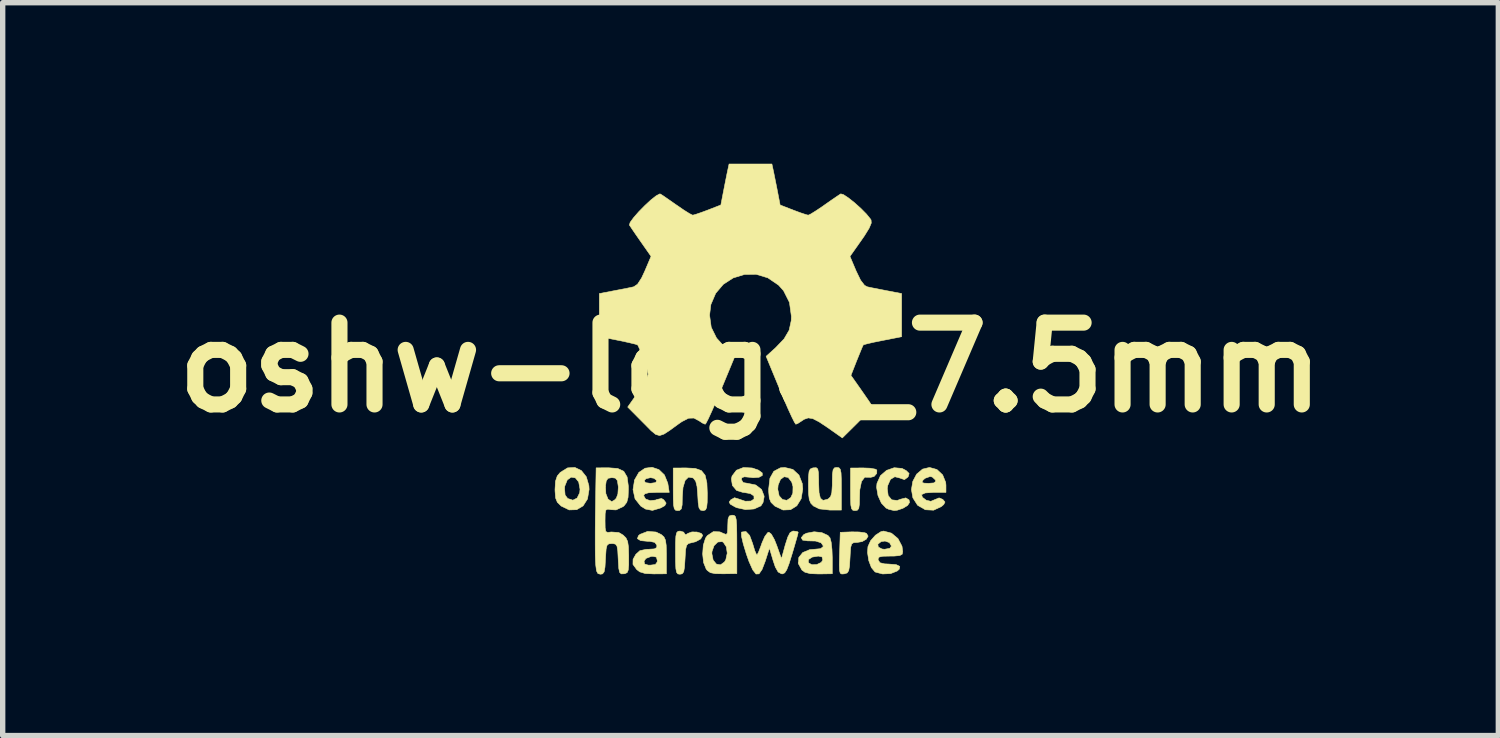
<source format=kicad_pcb>
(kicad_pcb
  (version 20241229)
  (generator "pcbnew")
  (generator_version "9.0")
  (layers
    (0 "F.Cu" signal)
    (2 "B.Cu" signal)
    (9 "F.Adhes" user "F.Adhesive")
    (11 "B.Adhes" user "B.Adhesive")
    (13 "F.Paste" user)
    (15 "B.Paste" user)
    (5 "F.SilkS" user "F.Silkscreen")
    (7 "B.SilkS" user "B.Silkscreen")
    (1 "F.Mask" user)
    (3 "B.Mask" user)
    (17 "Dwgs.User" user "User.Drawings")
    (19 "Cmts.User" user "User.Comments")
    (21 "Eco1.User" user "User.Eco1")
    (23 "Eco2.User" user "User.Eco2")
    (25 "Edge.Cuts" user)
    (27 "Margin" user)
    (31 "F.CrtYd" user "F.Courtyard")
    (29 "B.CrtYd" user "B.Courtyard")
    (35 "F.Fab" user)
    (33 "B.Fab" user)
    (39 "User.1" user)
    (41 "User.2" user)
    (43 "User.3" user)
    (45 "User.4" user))
  (footprint "oshw-logo_7.5mm"
    (layer "F.Cu")
    (at 10.929 3.794)
    (property "Reference" "oshw-logo_7.5mm" (at 0 0 0) (layer "F.SilkS") (effects (font (size 1.524 1.524) (thickness 0.3))))
    (attr through_hole)
    (fp_poly (pts (xy 2.228 1.877) (xy 2.323 1.894) (xy 2.353 1.91) (xy 2.352 1.974) (xy 2.302 2.031) (xy 2.232 2.049) (xy 2.219 2.046) (xy 2.128 2.045) (xy 2.068 2.124) (xy 2.036 2.28) (xy 2.032 2.397) (xy 2.029 2.544) (xy 2.017 2.626) (xy 1.99 2.66) (xy 1.947 2.667) (xy 1.908 2.661) (xy 1.883 2.632) (xy 1.869 2.564) (xy 1.864 2.442) (xy 1.863 2.27) (xy 1.863 1.874) (xy 2.095 1.872) (xy 2.228 1.877)) (stroke (width 0.01) (type solid)) (fill yes) (layer "F.SilkS"))
    (fp_poly (pts (xy 2.023 3.065) (xy 2.128 3.079) (xy 2.16 3.091) (xy 2.191 3.142) (xy 2.158 3.199) (xy 2.08 3.244) (xy 1.986 3.26) (xy 1.923 3.263) (xy 1.886 3.287) (xy 1.867 3.349) (xy 1.858 3.468) (xy 1.854 3.545) (xy 1.845 3.698) (xy 1.829 3.786) (xy 1.8 3.828) (xy 1.75 3.844) (xy 1.745 3.845) (xy 1.699 3.848) (xy 1.672 3.832) (xy 1.658 3.781) (xy 1.655 3.68) (xy 1.658 3.512) (xy 1.66 3.465) (xy 1.672 3.071) (xy 1.887 3.063) (xy 2.023 3.065)) (stroke (width 0.01) (type solid)) (fill yes) (layer "F.SilkS"))
    (fp_poly (pts (xy -1.244 3.068) (xy -1.228 3.096) (xy -1.208 3.118) (xy -1.165 3.091) (xy -1.091 3.064) (xy -0.997 3.066) (xy -0.917 3.091) (xy -0.889 3.128) (xy -0.927 3.194) (xy -1.023 3.247) (xy -1.101 3.266) (xy -1.157 3.28) (xy -1.19 3.315) (xy -1.208 3.391) (xy -1.217 3.527) (xy -1.219 3.567) (xy -1.229 3.72) (xy -1.244 3.806) (xy -1.273 3.844) (xy -1.314 3.852) (xy -1.353 3.846) (xy -1.377 3.816) (xy -1.39 3.747) (xy -1.396 3.623) (xy -1.397 3.45) (xy -1.396 3.263) (xy -1.39 3.145) (xy -1.376 3.081) (xy -1.35 3.053) (xy -1.312 3.048) (xy -1.244 3.068)) (stroke (width 0.01) (type solid)) (fill yes) (layer "F.SilkS"))
    (fp_poly (pts (xy 2.823 1.881) (xy 2.901 1.922) (xy 2.955 1.976) (xy 2.939 2.031) (xy 2.926 2.047) (xy 2.868 2.09) (xy 2.795 2.065) (xy 2.79 2.062) (xy 2.689 2.036) (xy 2.607 2.085) (xy 2.557 2.198) (xy 2.548 2.256) (xy 2.565 2.388) (xy 2.631 2.466) (xy 2.733 2.478) (xy 2.795 2.455) (xy 2.892 2.43) (xy 2.953 2.467) (xy 2.963 2.515) (xy 2.927 2.57) (xy 2.839 2.624) (xy 2.732 2.66) (xy 2.676 2.666) (xy 2.579 2.644) (xy 2.525 2.619) (xy 2.438 2.527) (xy 2.375 2.387) (xy 2.349 2.234) (xy 2.356 2.16) (xy 2.42 2.017) (xy 2.535 1.917) (xy 2.677 1.868) (xy 2.823 1.881)) (stroke (width 0.01) (type solid)) (fill yes) (layer "F.SilkS"))
    (fp_poly (pts (xy -1.029 1.881) (xy -0.914 1.922) (xy -0.845 2.008) (xy -0.812 2.151) (xy -0.804 2.349) (xy -0.806 2.512) (xy -0.816 2.607) (xy -0.837 2.653) (xy -0.874 2.667) (xy -0.887 2.667) (xy -0.932 2.657) (xy -0.959 2.615) (xy -0.974 2.522) (xy -0.982 2.386) (xy -0.995 2.22) (xy -1.02 2.119) (xy -1.062 2.064) (xy -1.071 2.058) (xy -1.154 2.043) (xy -1.217 2.104) (xy -1.257 2.236) (xy -1.27 2.421) (xy -1.273 2.56) (xy -1.288 2.634) (xy -1.32 2.663) (xy -1.355 2.667) (xy -1.394 2.661) (xy -1.419 2.632) (xy -1.433 2.564) (xy -1.438 2.442) (xy -1.439 2.27) (xy -1.439 1.874) (xy -1.203 1.872) (xy -1.029 1.881)) (stroke (width 0.01) (type solid)) (fill yes) (layer "F.SilkS"))
    (fp_poly (pts (xy 0.79 1.9) (xy 0.903 2.005) (xy 0.965 2.164) (xy 0.974 2.265) (xy 0.944 2.446) (xy 0.863 2.577) (xy 0.746 2.65) (xy 0.607 2.656) (xy 0.459 2.586) (xy 0.45 2.579) (xy 0.383 2.514) (xy 0.35 2.436) (xy 0.339 2.313) (xy 0.339 2.271) (xy 0.508 2.271) (xy 0.534 2.392) (xy 0.598 2.461) (xy 0.677 2.475) (xy 0.75 2.426) (xy 0.789 2.342) (xy 0.792 2.221) (xy 0.768 2.135) (xy 0.702 2.049) (xy 0.626 2.036) (xy 0.559 2.086) (xy 0.515 2.191) (xy 0.508 2.271) (xy 0.339 2.271) (xy 0.339 2.262) (xy 0.362 2.064) (xy 0.435 1.934) (xy 0.557 1.87) (xy 0.637 1.863) (xy 0.79 1.9)) (stroke (width 0.01) (type solid)) (fill yes) (layer "F.SilkS"))
    (fp_poly (pts (xy -3.15 1.921) (xy -3.058 2.037) (xy -3.01 2.203) (xy -3.006 2.272) (xy -3.036 2.45) (xy -3.118 2.579) (xy -3.237 2.65) (xy -3.377 2.654) (xy -3.524 2.583) (xy -3.529 2.579) (xy -3.597 2.513) (xy -3.63 2.432) (xy -3.64 2.304) (xy -3.641 2.269) (xy -3.639 2.246) (xy -3.464 2.246) (xy -3.453 2.377) (xy -3.405 2.441) (xy -3.309 2.473) (xy -3.229 2.433) (xy -3.181 2.334) (xy -3.175 2.269) (xy -3.2 2.133) (xy -3.262 2.057) (xy -3.34 2.044) (xy -3.412 2.095) (xy -3.459 2.211) (xy -3.464 2.246) (xy -3.639 2.246) (xy -3.632 2.12) (xy -3.599 2.022) (xy -3.543 1.955) (xy -3.407 1.871) (xy -3.271 1.863) (xy -3.15 1.921)) (stroke (width 0.01) (type solid)) (fill yes) (layer "F.SilkS"))
    (fp_poly (pts (xy 1.648 1.869) (xy 1.673 1.898) (xy 1.687 1.965) (xy 1.692 2.087) (xy 1.693 2.26) (xy 1.693 2.657) (xy 1.48 2.657) (xy 1.283 2.635) (xy 1.173 2.581) (xy 1.124 2.53) (xy 1.095 2.462) (xy 1.082 2.354) (xy 1.079 2.195) (xy 1.081 2.034) (xy 1.091 1.94) (xy 1.113 1.893) (xy 1.154 1.874) (xy 1.175 1.87) (xy 1.225 1.868) (xy 1.253 1.892) (xy 1.266 1.959) (xy 1.27 2.086) (xy 1.27 2.153) (xy 1.277 2.332) (xy 1.302 2.436) (xy 1.351 2.476) (xy 1.429 2.458) (xy 1.45 2.448) (xy 1.492 2.408) (xy 1.515 2.33) (xy 1.524 2.194) (xy 1.524 2.136) (xy 1.527 1.988) (xy 1.539 1.905) (xy 1.565 1.87) (xy 1.609 1.863) (xy 1.648 1.869)) (stroke (width 0.01) (type solid)) (fill yes) (layer "F.SilkS"))
    (fp_poly (pts (xy -1.706 1.903) (xy -1.603 2.002) (xy -1.541 2.155) (xy -1.538 2.17) (xy -1.513 2.328) (xy -1.751 2.328) (xy -1.896 2.334) (xy -1.97 2.355) (xy -1.99 2.389) (xy -1.954 2.451) (xy -1.87 2.481) (xy -1.77 2.471) (xy -1.744 2.46) (xy -1.656 2.441) (xy -1.615 2.466) (xy -1.571 2.527) (xy -1.596 2.575) (xy -1.674 2.618) (xy -1.826 2.663) (xy -1.956 2.638) (xy -2.044 2.582) (xy -2.15 2.448) (xy -2.188 2.276) (xy -2.161 2.106) (xy -1.979 2.106) (xy -1.957 2.146) (xy -1.863 2.159) (xy -1.766 2.145) (xy -1.746 2.106) (xy -1.797 2.065) (xy -1.863 2.053) (xy -1.946 2.073) (xy -1.979 2.106) (xy -2.161 2.106) (xy -2.159 2.095) (xy -2.078 1.954) (xy -1.963 1.877) (xy -1.833 1.86) (xy -1.706 1.903)) (stroke (width 0.01) (type solid)) (fill yes) (layer "F.SilkS"))
    (fp_poly (pts (xy 0.032 1.873) (xy 0.146 1.912) (xy 0.219 1.965) (xy 0.22 2.013) (xy 0.159 2.046) (xy 0.048 2.054) (xy -0.005 2.047) (xy -0.113 2.037) (xy -0.161 2.054) (xy -0.169 2.09) (xy -0.136 2.145) (xy -0.052 2.159) (xy 0.099 2.19) (xy 0.207 2.274) (xy 0.253 2.394) (xy 0.254 2.41) (xy 0.234 2.516) (xy 0.194 2.579) (xy 0.068 2.636) (xy -0.093 2.648) (xy -0.254 2.613) (xy -0.288 2.598) (xy -0.376 2.547) (xy -0.397 2.508) (xy -0.367 2.466) (xy -0.297 2.427) (xy -0.219 2.451) (xy -0.099 2.492) (xy 0.009 2.489) (xy 0.066 2.451) (xy 0.064 2.393) (xy -0.005 2.349) (xy -0.122 2.329) (xy -0.137 2.329) (xy -0.258 2.292) (xy -0.337 2.199) (xy -0.356 2.077) (xy -0.343 2.022) (xy -0.262 1.915) (xy -0.131 1.864) (xy 0.032 1.873)) (stroke (width 0.01) (type solid)) (fill yes) (layer "F.SilkS"))
    (fp_poly (pts (xy 1.329 3.077) (xy 1.442 3.129) (xy 1.481 3.174) (xy 1.503 3.256) (xy 1.518 3.392) (xy 1.524 3.549) (xy 1.524 3.843) (xy 1.276 3.847) (xy 1.114 3.841) (xy 1.014 3.815) (xy 0.958 3.774) (xy 0.891 3.653) (xy 0.893 3.636) (xy 1.077 3.636) (xy 1.078 3.638) (xy 1.143 3.675) (xy 1.236 3.671) (xy 1.318 3.632) (xy 1.347 3.588) (xy 1.333 3.529) (xy 1.263 3.514) (xy 1.149 3.533) (xy 1.081 3.578) (xy 1.077 3.636) (xy 0.893 3.636) (xy 0.9 3.54) (xy 0.973 3.448) (xy 1.103 3.394) (xy 1.188 3.387) (xy 1.306 3.376) (xy 1.352 3.339) (xy 1.355 3.324) (xy 1.316 3.267) (xy 1.214 3.234) (xy 1.067 3.23) (xy 1.063 3.23) (xy 0.971 3.217) (xy 0.946 3.171) (xy 0.992 3.114) (xy 1.044 3.088) (xy 1.186 3.061) (xy 1.329 3.077)) (stroke (width 0.01) (type solid)) (fill yes) (layer "F.SilkS"))
    (fp_poly (pts (xy 3.472 1.901) (xy 3.579 2.001) (xy 3.636 2.141) (xy 3.641 2.193) (xy 3.641 2.328) (xy 3.404 2.328) (xy 3.255 2.338) (xy 3.187 2.369) (xy 3.202 2.419) (xy 3.273 2.473) (xy 3.359 2.494) (xy 3.432 2.463) (xy 3.513 2.43) (xy 3.579 2.457) (xy 3.585 2.462) (xy 3.623 2.507) (xy 3.6 2.553) (xy 3.556 2.591) (xy 3.411 2.659) (xy 3.257 2.651) (xy 3.117 2.57) (xy 3.11 2.563) (xy 3.025 2.429) (xy 2.998 2.275) (xy 3.021 2.137) (xy 3.194 2.137) (xy 3.228 2.155) (xy 3.317 2.159) (xy 3.417 2.151) (xy 3.45 2.122) (xy 3.444 2.095) (xy 3.386 2.041) (xy 3.345 2.032) (xy 3.256 2.063) (xy 3.217 2.095) (xy 3.194 2.137) (xy 3.021 2.137) (xy 3.024 2.121) (xy 3.095 1.987) (xy 3.205 1.894) (xy 3.335 1.863) (xy 3.472 1.901)) (stroke (width 0.01) (type solid)) (fill yes) (layer "F.SilkS"))
    (fp_poly (pts (xy -1.76 3.066) (xy -1.66 3.114) (xy -1.612 3.157) (xy -1.584 3.216) (xy -1.57 3.313) (xy -1.566 3.468) (xy -1.566 3.512) (xy -1.566 3.844) (xy -1.801 3.846) (xy -1.96 3.839) (xy -2.062 3.808) (xy -2.118 3.766) (xy -2.189 3.669) (xy -2.188 3.609) (xy -1.982 3.609) (xy -1.973 3.662) (xy -1.905 3.682) (xy -1.866 3.683) (xy -1.772 3.671) (xy -1.738 3.624) (xy -1.736 3.596) (xy -1.752 3.533) (xy -1.818 3.519) (xy -1.852 3.521) (xy -1.948 3.558) (xy -1.982 3.609) (xy -2.188 3.609) (xy -2.187 3.574) (xy -2.135 3.481) (xy -2.06 3.413) (xy -1.943 3.388) (xy -1.899 3.387) (xy -1.79 3.38) (xy -1.746 3.354) (xy -1.744 3.313) (xy -1.782 3.259) (xy -1.88 3.239) (xy -1.913 3.239) (xy -2.046 3.226) (xy -2.106 3.19) (xy -2.088 3.136) (xy -2.056 3.108) (xy -1.916 3.054) (xy -1.76 3.066)) (stroke (width 0.01) (type solid)) (fill yes) (layer "F.SilkS"))
    (fp_poly (pts (xy 2.626 3.087) (xy 2.747 3.188) (xy 2.822 3.33) (xy 2.836 3.431) (xy 2.826 3.479) (xy 2.781 3.504) (xy 2.682 3.513) (xy 2.6 3.514) (xy 2.465 3.517) (xy 2.397 3.532) (xy 2.377 3.564) (xy 2.379 3.588) (xy 2.412 3.638) (xy 2.498 3.659) (xy 2.569 3.662) (xy 2.713 3.673) (xy 2.781 3.706) (xy 2.771 3.758) (xy 2.733 3.792) (xy 2.611 3.84) (xy 2.46 3.847) (xy 2.327 3.812) (xy 2.319 3.808) (xy 2.252 3.728) (xy 2.203 3.598) (xy 2.18 3.448) (xy 2.188 3.338) (xy 2.208 3.293) (xy 2.372 3.293) (xy 2.381 3.346) (xy 2.45 3.382) (xy 2.498 3.387) (xy 2.596 3.369) (xy 2.625 3.328) (xy 2.589 3.263) (xy 2.507 3.234) (xy 2.434 3.244) (xy 2.372 3.293) (xy 2.208 3.293) (xy 2.238 3.227) (xy 2.328 3.125) (xy 2.43 3.059) (xy 2.48 3.048) (xy 2.626 3.087)) (stroke (width 0.01) (type solid)) (fill yes) (layer "F.SilkS"))
    (fp_poly (pts (xy -0.304 2.756) (xy -0.28 2.78) (xy -0.266 2.835) (xy -0.258 2.936) (xy -0.255 3.095) (xy -0.254 3.296) (xy -0.254 3.84) (xy -0.507 3.844) (xy -0.657 3.841) (xy -0.747 3.823) (xy -0.804 3.782) (xy -0.825 3.756) (xy -0.874 3.634) (xy -0.891 3.475) (xy -0.89 3.466) (xy -0.72 3.466) (xy -0.695 3.59) (xy -0.635 3.663) (xy -0.559 3.677) (xy -0.485 3.624) (xy -0.459 3.58) (xy -0.433 3.459) (xy -0.45 3.341) (xy -0.505 3.258) (xy -0.528 3.245) (xy -0.609 3.252) (xy -0.679 3.321) (xy -0.717 3.429) (xy -0.72 3.466) (xy -0.89 3.466) (xy -0.879 3.312) (xy -0.837 3.179) (xy -0.804 3.133) (xy -0.691 3.058) (xy -0.57 3.063) (xy -0.505 3.092) (xy -0.455 3.111) (xy -0.431 3.087) (xy -0.424 3.001) (xy -0.423 2.944) (xy -0.418 2.824) (xy -0.395 2.767) (xy -0.346 2.752) (xy -0.339 2.752) (xy -0.304 2.756)) (stroke (width 0.01) (type solid)) (fill yes) (layer "F.SilkS"))
    (fp_poly (pts (xy 0.873 3.058) (xy 0.889 3.071) (xy 0.878 3.12) (xy 0.847 3.23) (xy 0.803 3.382) (xy 0.775 3.475) (xy 0.719 3.655) (xy 0.676 3.767) (xy 0.638 3.826) (xy 0.599 3.845) (xy 0.576 3.844) (xy 0.515 3.81) (xy 0.463 3.719) (xy 0.422 3.598) (xy 0.353 3.365) (xy 0.275 3.609) (xy 0.215 3.765) (xy 0.159 3.845) (xy 0.103 3.848) (xy 0.042 3.771) (xy -0.028 3.614) (xy -0.078 3.472) (xy -0.134 3.288) (xy -0.166 3.151) (xy -0.17 3.076) (xy -0.164 3.066) (xy -0.085 3.056) (xy -0.016 3.129) (xy 0.042 3.286) (xy 0.045 3.298) (xy 0.08 3.413) (xy 0.11 3.481) (xy 0.124 3.489) (xy 0.151 3.438) (xy 0.191 3.335) (xy 0.215 3.267) (xy 0.266 3.151) (xy 0.318 3.08) (xy 0.342 3.069) (xy 0.389 3.107) (xy 0.446 3.208) (xy 0.489 3.316) (xy 0.577 3.563) (xy 0.648 3.305) (xy 0.695 3.159) (xy 0.737 3.079) (xy 0.786 3.049) (xy 0.805 3.048) (xy 0.873 3.058)) (stroke (width 0.01) (type solid)) (fill yes) (layer "F.SilkS"))
    (fp_poly (pts (xy -2.473 1.882) (xy -2.36 1.935) (xy -2.298 2.04) (xy -2.275 2.21) (xy -2.274 2.272) (xy -2.28 2.42) (xy -2.304 2.512) (xy -2.354 2.577) (xy -2.374 2.593) (xy -2.504 2.654) (xy -2.591 2.65) (xy -2.659 2.64) (xy -2.694 2.658) (xy -2.707 2.723) (xy -2.709 2.853) (xy -2.709 2.857) (xy -2.707 2.989) (xy -2.695 3.056) (xy -2.66 3.074) (xy -2.594 3.065) (xy -2.591 3.065) (xy -2.453 3.075) (xy -2.372 3.123) (xy -2.319 3.176) (xy -2.288 3.242) (xy -2.273 3.344) (xy -2.268 3.507) (xy -2.268 3.518) (xy -2.268 3.679) (xy -2.277 3.774) (xy -2.298 3.822) (xy -2.338 3.841) (xy -2.358 3.844) (xy -2.408 3.845) (xy -2.437 3.818) (xy -2.453 3.746) (xy -2.462 3.611) (xy -2.464 3.569) (xy -2.472 3.417) (xy -2.486 3.331) (xy -2.513 3.292) (xy -2.561 3.281) (xy -2.582 3.281) (xy -2.639 3.286) (xy -2.672 3.314) (xy -2.689 3.383) (xy -2.698 3.513) (xy -2.701 3.567) (xy -2.71 3.72) (xy -2.726 3.807) (xy -2.755 3.845) (xy -2.794 3.852) (xy -2.841 3.84) (xy -2.868 3.79) (xy -2.882 3.684) (xy -2.887 3.609) (xy -2.891 3.485) (xy -2.892 3.295) (xy -2.892 3.062) (xy -2.89 2.804) (xy -2.887 2.618) (xy -2.881 2.215) (xy -2.701 2.215) (xy -2.694 2.351) (xy -2.653 2.453) (xy -2.589 2.497) (xy -2.582 2.498) (xy -2.531 2.469) (xy -2.5 2.437) (xy -2.47 2.357) (xy -2.462 2.238) (xy -2.463 2.215) (xy -2.479 2.108) (xy -2.516 2.062) (xy -2.582 2.053) (xy -2.653 2.065) (xy -2.687 2.115) (xy -2.701 2.215) (xy -2.881 2.215) (xy -2.875 1.871) (xy -2.649 1.869) (xy -2.473 1.882)) (stroke (width 0.01) (type solid)) (fill yes) (layer "F.SilkS"))
    (fp_poly (pts (xy 0.431 -3.641) (xy 0.457 -3.511) (xy 0.49 -3.347) (xy 0.507 -3.259) (xy 0.552 -3.026) (xy 0.796 -2.931) (xy 0.93 -2.881) (xy 1.033 -2.847) (xy 1.076 -2.836) (xy 1.125 -2.859) (xy 1.223 -2.92) (xy 1.35 -3.005) (xy 1.37 -3.02) (xy 1.503 -3.113) (xy 1.613 -3.188) (xy 1.678 -3.231) (xy 1.682 -3.233) (xy 1.732 -3.219) (xy 1.823 -3.159) (xy 1.937 -3.069) (xy 2.055 -2.963) (xy 2.159 -2.858) (xy 2.232 -2.768) (xy 2.246 -2.747) (xy 2.25 -2.689) (xy 2.211 -2.595) (xy 2.124 -2.454) (xy 2.068 -2.373) (xy 1.853 -2.068) (xy 1.968 -1.796) (xy 2.051 -1.625) (xy 2.125 -1.529) (xy 2.175 -1.502) (xy 2.263 -1.483) (xy 2.402 -1.456) (xy 2.54 -1.429) (xy 2.815 -1.376) (xy 2.815 -0.572) (xy 2.465 -0.503) (xy 2.304 -0.471) (xy 2.178 -0.442) (xy 2.109 -0.423) (xy 2.101 -0.419) (xy 2.08 -0.374) (xy 2.038 -0.272) (xy 1.982 -0.134) (xy 1.979 -0.127) (xy 1.871 0.148) (xy 2.05 0.402) (xy 2.141 0.533) (xy 2.214 0.639) (xy 2.254 0.699) (xy 2.255 0.702) (xy 2.239 0.749) (xy 2.172 0.839) (xy 2.068 0.957) (xy 1.997 1.03) (xy 1.711 1.313) (xy 1.44 1.122) (xy 1.278 1.014) (xy 1.162 0.954) (xy 1.076 0.94) (xy 1 0.966) (xy 0.955 0.996) (xy 0.881 1.044) (xy 0.844 1.058) (xy 0.819 1.021) (xy 0.768 0.919) (xy 0.697 0.764) (xy 0.613 0.57) (xy 0.553 0.426) (xy 0.291 -0.207) (xy 0.466 -0.365) (xy 0.626 -0.532) (xy 0.72 -0.693) (xy 0.759 -0.871) (xy 0.762 -0.952) (xy 0.726 -1.211) (xy 0.616 -1.429) (xy 0.524 -1.532) (xy 0.323 -1.669) (xy 0.106 -1.734) (xy -0.114 -1.731) (xy -0.322 -1.667) (xy -0.505 -1.549) (xy -0.648 -1.381) (xy -0.738 -1.171) (xy -0.762 -0.974) (xy -0.731 -0.747) (xy -0.632 -0.547) (xy -0.469 -0.368) (xy -0.291 -0.207) (xy -0.553 0.426) (xy -0.643 0.639) (xy -0.723 0.821) (xy -0.787 0.96) (xy -0.83 1.042) (xy -0.844 1.058) (xy -0.897 1.035) (xy -0.955 0.996) (xy -1.054 0.943) (xy -1.153 0.946) (xy -1.277 1.009) (xy -1.338 1.051) (xy -1.5 1.169) (xy -1.612 1.242) (xy -1.693 1.269) (xy -1.766 1.248) (xy -1.85 1.179) (xy -1.966 1.061) (xy -2.003 1.024) (xy -2.287 0.738) (xy -2.096 0.466) (xy -2.005 0.328) (xy -1.937 0.21) (xy -1.906 0.133) (xy -1.905 0.124) (xy -1.92 0.057) (xy -1.956 -0.059) (xy -2.005 -0.194) (xy -2.054 -0.318) (xy -2.093 -0.404) (xy -2.102 -0.419) (xy -2.146 -0.434) (xy -2.254 -0.46) (xy -2.404 -0.493) (xy -2.465 -0.505) (xy -2.815 -0.575) (xy -2.815 -1.376) (xy -2.54 -1.429) (xy -2.383 -1.459) (xy -2.248 -1.486) (xy -2.175 -1.502) (xy -2.104 -1.55) (xy -2.028 -1.667) (xy -1.968 -1.796) (xy -1.852 -2.069) (xy -2.039 -2.336) (xy -2.133 -2.471) (xy -2.208 -2.581) (xy -2.252 -2.647) (xy -2.256 -2.652) (xy -2.241 -2.702) (xy -2.178 -2.789) (xy -2.082 -2.899) (xy -1.969 -3.014) (xy -1.856 -3.119) (xy -1.757 -3.197) (xy -1.691 -3.232) (xy -1.677 -3.23) (xy -1.621 -3.194) (xy -1.517 -3.122) (xy -1.387 -3.031) (xy -1.37 -3.02) (xy -1.241 -2.931) (xy -1.137 -2.866) (xy -1.079 -2.837) (xy -1.076 -2.836) (xy -1.02 -2.851) (xy -0.912 -2.888) (xy -0.796 -2.931) (xy -0.552 -3.026) (xy -0.507 -3.259) (xy -0.475 -3.422) (xy -0.444 -3.577) (xy -0.431 -3.641) (xy -0.399 -3.789) (xy 0.399 -3.789) (xy 0.431 -3.641)) (stroke (width 0.01) (type solid)) (fill yes) (layer "F.SilkS")))
  (gr_rect
    (start -3 -3)
    (end 24.859 10.651)
    (stroke (width 0.1) (type default))
    (fill no)
    (layer "Edge.Cuts")))
</source>
